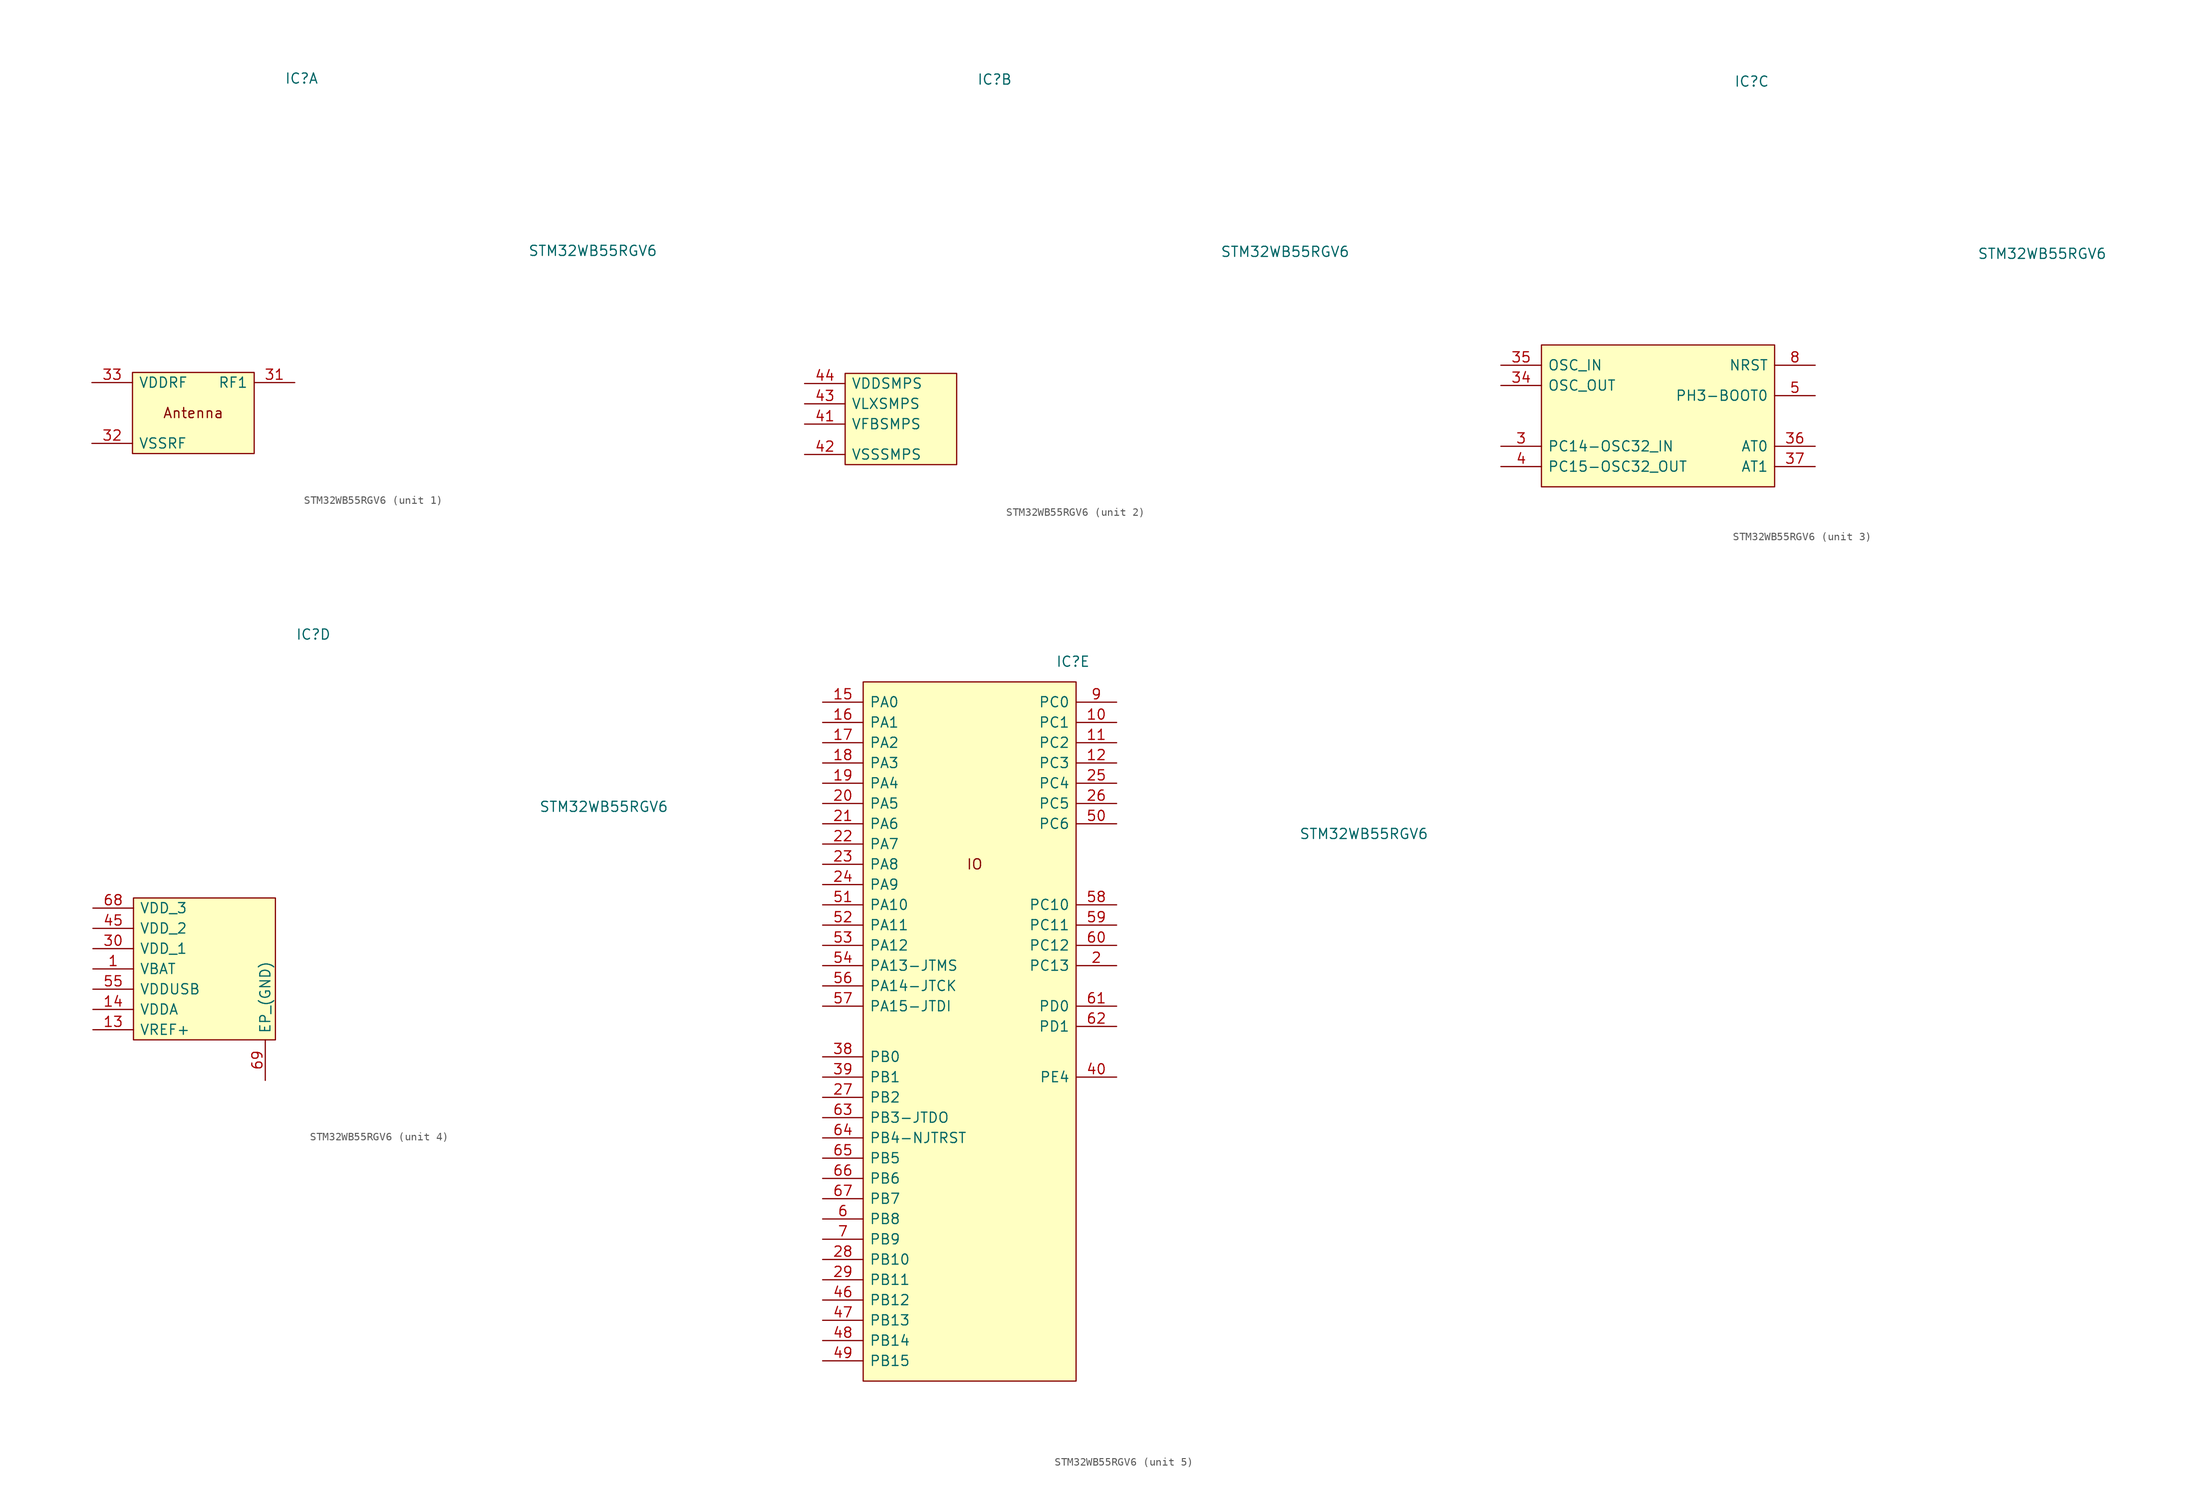
<source format=kicad_sym>
(kicad_symbol_lib
  (version 20211014)
  (generator kicad_symbol_editor)
  (symbol "STM32WB55RGV6"
    (pin_names
      (offset 0.762))
    (property "Reference" "IC"
      (at 10.16 41.91 0)
      (effects (font (size 1.27 1.27)) (justify left)))
    (property "Value" "STM32WB55RGV6"
      (at 40.64 20.32 0)
      (effects (font (size 1.27 1.27)) (justify left)))
    (symbol "STM32WB55RGV6_1_0"
      (rectangle (start -8.89 5.08) (end 6.35 -5.08) (stroke (width 0.152) (type default) (color 0 0 0 0)) (fill (type background)))
      (text "Antenna" (at -1.27 0 0) (effects (font (size 1.27 1.27))))
      (pin passive line (at 11.43 3.81 180) (length 5.08) (name "RF1" (effects (font (size 1.27 1.27)))) (number "31" (effects (font (size 1.27 1.27)))))
      (pin passive line (at -13.97 -3.81 0) (length 5.08) (name "VSSRF" (effects (font (size 1.27 1.27)))) (number "32" (effects (font (size 1.27 1.27)))))
      (pin passive line (at -13.97 3.81 0) (length 5.08) (name "VDDRF" (effects (font (size 1.27 1.27)))) (number "33" (effects (font (size 1.27 1.27))))))
    (symbol "STM32WB55RGV6_2_0"
      (rectangle (start -6.35 5.08) (end 7.62 -6.35) (stroke (width 0.152) (type default) (color 0 0 0 0)) (fill (type background)))
      (pin passive line (at -11.43 -1.27 0) (length 5.08) (name "VFBSMPS" (effects (font (size 1.27 1.27)))) (number "41" (effects (font (size 1.27 1.27)))))
      (pin passive line (at -11.43 -5.08 0) (length 5.08) (name "VSSSMPS" (effects (font (size 1.27 1.27)))) (number "42" (effects (font (size 1.27 1.27)))))
      (pin passive line (at -11.43 1.27 0) (length 5.08) (name "VLXSMPS" (effects (font (size 1.27 1.27)))) (number "43" (effects (font (size 1.27 1.27)))))
      (pin passive line (at -11.43 3.81 0) (length 5.08) (name "VDDSMPS" (effects (font (size 1.27 1.27)))) (number "44" (effects (font (size 1.27 1.27))))))
    (symbol "STM32WB55RGV6_3_0"
      (rectangle (start -13.97 8.89) (end 15.24 -8.89) (stroke (width 0.152) (type default) (color 0 0 0 0)) (fill (type background)))
      (pin passive line (at -19.05 -3.81 0) (length 5.08) (name "PC14-OSC32_IN" (effects (font (size 1.27 1.27)))) (number "3" (effects (font (size 1.27 1.27)))))
      (pin passive line (at -19.05 3.81 0) (length 5.08) (name "OSC_OUT" (effects (font (size 1.27 1.27)))) (number "34" (effects (font (size 1.27 1.27)))))
      (pin passive line (at -19.05 6.35 0) (length 5.08) (name "OSC_IN" (effects (font (size 1.27 1.27)))) (number "35" (effects (font (size 1.27 1.27)))))
      (pin passive line (at 20.32 -3.81 180) (length 5.08) (name "AT0" (effects (font (size 1.27 1.27)))) (number "36" (effects (font (size 1.27 1.27)))))
      (pin passive line (at 20.32 -6.35 180) (length 5.08) (name "AT1" (effects (font (size 1.27 1.27)))) (number "37" (effects (font (size 1.27 1.27)))))
      (pin passive line (at -19.05 -6.35 0) (length 5.08) (name "PC15-OSC32_OUT" (effects (font (size 1.27 1.27)))) (number "4" (effects (font (size 1.27 1.27)))))
      (pin passive line (at 20.32 2.54 180) (length 5.08) (name "PH3-BOOT0" (effects (font (size 1.27 1.27)))) (number "5" (effects (font (size 1.27 1.27)))))
      (pin passive line (at 20.32 6.35 180) (length 5.08) (name "NRST" (effects (font (size 1.27 1.27)))) (number "8" (effects (font (size 1.27 1.27))))))
    (symbol "STM32WB55RGV6_4_0"
      (rectangle (start -10.16 8.89) (end 7.62 -8.89) (stroke (width 0.152) (type default) (color 0 0 0 0)) (fill (type background)))
      (pin passive line (at -15.24 0 0) (length 5.08) (name "VBAT" (effects (font (size 1.27 1.27)))) (number "1" (effects (font (size 1.27 1.27)))))
      (pin passive line (at -15.24 -7.62 0) (length 5.08) (name "VREF+" (effects (font (size 1.27 1.27)))) (number "13" (effects (font (size 1.27 1.27)))))
      (pin passive line (at -15.24 -5.08 0) (length 5.08) (name "VDDA" (effects (font (size 1.27 1.27)))) (number "14" (effects (font (size 1.27 1.27)))))
      (pin passive line (at -15.24 2.54 0) (length 5.08) (name "VDD_1" (effects (font (size 1.27 1.27)))) (number "30" (effects (font (size 1.27 1.27)))))
      (pin passive line (at -15.24 5.08 0) (length 5.08) (name "VDD_2" (effects (font (size 1.27 1.27)))) (number "45" (effects (font (size 1.27 1.27)))))
      (pin passive line (at -15.24 -2.54 0) (length 5.08) (name "VDDUSB" (effects (font (size 1.27 1.27)))) (number "55" (effects (font (size 1.27 1.27)))))
      (pin passive line (at -15.24 7.62 0) (length 5.08) (name "VDD_3" (effects (font (size 1.27 1.27)))) (number "68" (effects (font (size 1.27 1.27)))))
      (pin passive line (at 6.35 -13.97 90) (length 5.08) (name "EP_(GND)" (effects (font (size 1.27 1.27)))) (number "69" (effects (font (size 1.27 1.27))))))
    (symbol "STM32WB55RGV6_5_0"
      (text "IO" (at 0 16.51 0) (effects (font (size 1.27 1.27))))
      (pin passive line (at 17.78 34.29 180) (length 5.08) (name "PC1" (effects (font (size 1.27 1.27)))) (number "10" (effects (font (size 1.27 1.27)))))
      (pin passive line (at 17.78 31.75 180) (length 5.08) (name "PC2" (effects (font (size 1.27 1.27)))) (number "11" (effects (font (size 1.27 1.27)))))
      (pin passive line (at 17.78 29.21 180) (length 5.08) (name "PC3" (effects (font (size 1.27 1.27)))) (number "12" (effects (font (size 1.27 1.27)))))
      (pin passive line (at -19.05 36.83 0) (length 5.08) (name "PA0" (effects (font (size 1.27 1.27)))) (number "15" (effects (font (size 1.27 1.27)))))
      (pin passive line (at -19.05 34.29 0) (length 5.08) (name "PA1" (effects (font (size 1.27 1.27)))) (number "16" (effects (font (size 1.27 1.27)))))
      (pin passive line (at -19.05 31.75 0) (length 5.08) (name "PA2" (effects (font (size 1.27 1.27)))) (number "17" (effects (font (size 1.27 1.27)))))
      (pin passive line (at -19.05 29.21 0) (length 5.08) (name "PA3" (effects (font (size 1.27 1.27)))) (number "18" (effects (font (size 1.27 1.27)))))
      (pin passive line (at -19.05 26.67 0) (length 5.08) (name "PA4" (effects (font (size 1.27 1.27)))) (number "19" (effects (font (size 1.27 1.27)))))
      (pin passive line (at 17.78 3.81 180) (length 5.08) (name "PC13" (effects (font (size 1.27 1.27)))) (number "2" (effects (font (size 1.27 1.27)))))
      (pin passive line (at -19.05 24.13 0) (length 5.08) (name "PA5" (effects (font (size 1.27 1.27)))) (number "20" (effects (font (size 1.27 1.27)))))
      (pin passive line (at -19.05 21.59 0) (length 5.08) (name "PA6" (effects (font (size 1.27 1.27)))) (number "21" (effects (font (size 1.27 1.27)))))
      (pin passive line (at -19.05 19.05 0) (length 5.08) (name "PA7" (effects (font (size 1.27 1.27)))) (number "22" (effects (font (size 1.27 1.27)))))
      (pin passive line (at -19.05 16.51 0) (length 5.08) (name "PA8" (effects (font (size 1.27 1.27)))) (number "23" (effects (font (size 1.27 1.27)))))
      (pin passive line (at -19.05 13.97 0) (length 5.08) (name "PA9" (effects (font (size 1.27 1.27)))) (number "24" (effects (font (size 1.27 1.27)))))
      (pin passive line (at 17.78 26.67 180) (length 5.08) (name "PC4" (effects (font (size 1.27 1.27)))) (number "25" (effects (font (size 1.27 1.27)))))
      (pin passive line (at 17.78 24.13 180) (length 5.08) (name "PC5" (effects (font (size 1.27 1.27)))) (number "26" (effects (font (size 1.27 1.27)))))
      (pin passive line (at -19.05 -12.7 0) (length 5.08) (name "PB2" (effects (font (size 1.27 1.27)))) (number "27" (effects (font (size 1.27 1.27)))))
      (pin passive line (at -19.05 -33.02 0) (length 5.08) (name "PB10" (effects (font (size 1.27 1.27)))) (number "28" (effects (font (size 1.27 1.27)))))
      (pin passive line (at -19.05 -35.56 0) (length 5.08) (name "PB11" (effects (font (size 1.27 1.27)))) (number "29" (effects (font (size 1.27 1.27)))))
      (pin passive line (at -19.05 -7.62 0) (length 5.08) (name "PB0" (effects (font (size 1.27 1.27)))) (number "38" (effects (font (size 1.27 1.27)))))
      (pin passive line (at -19.05 -10.16 0) (length 5.08) (name "PB1" (effects (font (size 1.27 1.27)))) (number "39" (effects (font (size 1.27 1.27)))))
      (pin passive line (at 17.78 -10.16 180) (length 5.08) (name "PE4" (effects (font (size 1.27 1.27)))) (number "40" (effects (font (size 1.27 1.27)))))
      (pin passive line (at -19.05 -38.1 0) (length 5.08) (name "PB12" (effects (font (size 1.27 1.27)))) (number "46" (effects (font (size 1.27 1.27)))))
      (pin passive line (at -19.05 -40.64 0) (length 5.08) (name "PB13" (effects (font (size 1.27 1.27)))) (number "47" (effects (font (size 1.27 1.27)))))
      (pin passive line (at -19.05 -43.18 0) (length 5.08) (name "PB14" (effects (font (size 1.27 1.27)))) (number "48" (effects (font (size 1.27 1.27)))))
      (pin passive line (at -19.05 -45.72 0) (length 5.08) (name "PB15" (effects (font (size 1.27 1.27)))) (number "49" (effects (font (size 1.27 1.27)))))
      (pin passive line (at 17.78 21.59 180) (length 5.08) (name "PC6" (effects (font (size 1.27 1.27)))) (number "50" (effects (font (size 1.27 1.27)))))
      (pin passive line (at -19.05 11.43 0) (length 5.08) (name "PA10" (effects (font (size 1.27 1.27)))) (number "51" (effects (font (size 1.27 1.27)))))
      (pin passive line (at -19.05 8.89 0) (length 5.08) (name "PA11" (effects (font (size 1.27 1.27)))) (number "52" (effects (font (size 1.27 1.27)))))
      (pin passive line (at -19.05 6.35 0) (length 5.08) (name "PA12" (effects (font (size 1.27 1.27)))) (number "53" (effects (font (size 1.27 1.27)))))
      (pin passive line (at -19.05 3.81 0) (length 5.08) (name "PA13-JTMS" (effects (font (size 1.27 1.27)))) (number "54" (effects (font (size 1.27 1.27)))))
      (pin passive line (at -19.05 1.27 0) (length 5.08) (name "PA14-JTCK" (effects (font (size 1.27 1.27)))) (number "56" (effects (font (size 1.27 1.27)))))
      (pin passive line (at -19.05 -1.27 0) (length 5.08) (name "PA15-JTDI" (effects (font (size 1.27 1.27)))) (number "57" (effects (font (size 1.27 1.27)))))
      (pin passive line (at 17.78 11.43 180) (length 5.08) (name "PC10" (effects (font (size 1.27 1.27)))) (number "58" (effects (font (size 1.27 1.27)))))
      (pin passive line (at 17.78 8.89 180) (length 5.08) (name "PC11" (effects (font (size 1.27 1.27)))) (number "59" (effects (font (size 1.27 1.27)))))
      (pin passive line (at -19.05 -27.94 0) (length 5.08) (name "PB8" (effects (font (size 1.27 1.27)))) (number "6" (effects (font (size 1.27 1.27)))))
      (pin passive line (at 17.78 6.35 180) (length 5.08) (name "PC12" (effects (font (size 1.27 1.27)))) (number "60" (effects (font (size 1.27 1.27)))))
      (pin passive line (at 17.78 -1.27 180) (length 5.08) (name "PD0" (effects (font (size 1.27 1.27)))) (number "61" (effects (font (size 1.27 1.27)))))
      (pin passive line (at 17.78 -3.81 180) (length 5.08) (name "PD1" (effects (font (size 1.27 1.27)))) (number "62" (effects (font (size 1.27 1.27)))))
      (pin passive line (at -19.05 -15.24 0) (length 5.08) (name "PB3-JTDO" (effects (font (size 1.27 1.27)))) (number "63" (effects (font (size 1.27 1.27)))))
      (pin passive line (at -19.05 -17.78 0) (length 5.08) (name "PB4-NJTRST" (effects (font (size 1.27 1.27)))) (number "64" (effects (font (size 1.27 1.27)))))
      (pin passive line (at -19.05 -20.32 0) (length 5.08) (name "PB5" (effects (font (size 1.27 1.27)))) (number "65" (effects (font (size 1.27 1.27)))))
      (pin passive line (at -19.05 -22.86 0) (length 5.08) (name "PB6" (effects (font (size 1.27 1.27)))) (number "66" (effects (font (size 1.27 1.27)))))
      (pin passive line (at -19.05 -25.4 0) (length 5.08) (name "PB7" (effects (font (size 1.27 1.27)))) (number "67" (effects (font (size 1.27 1.27)))))
      (pin passive line (at -19.05 -30.48 0) (length 5.08) (name "PB9" (effects (font (size 1.27 1.27)))) (number "7" (effects (font (size 1.27 1.27)))))
      (pin passive line (at 17.78 36.83 180) (length 5.08) (name "PC0" (effects (font (size 1.27 1.27)))) (number "9" (effects (font (size 1.27 1.27))))))
    (symbol "STM32WB55RGV6_5_1"
      (rectangle (start -13.97 39.37) (end 12.7 -48.26) (stroke (width 0.152) (type default) (color 0 0 0 0)) (fill (type background))))))
</source>
